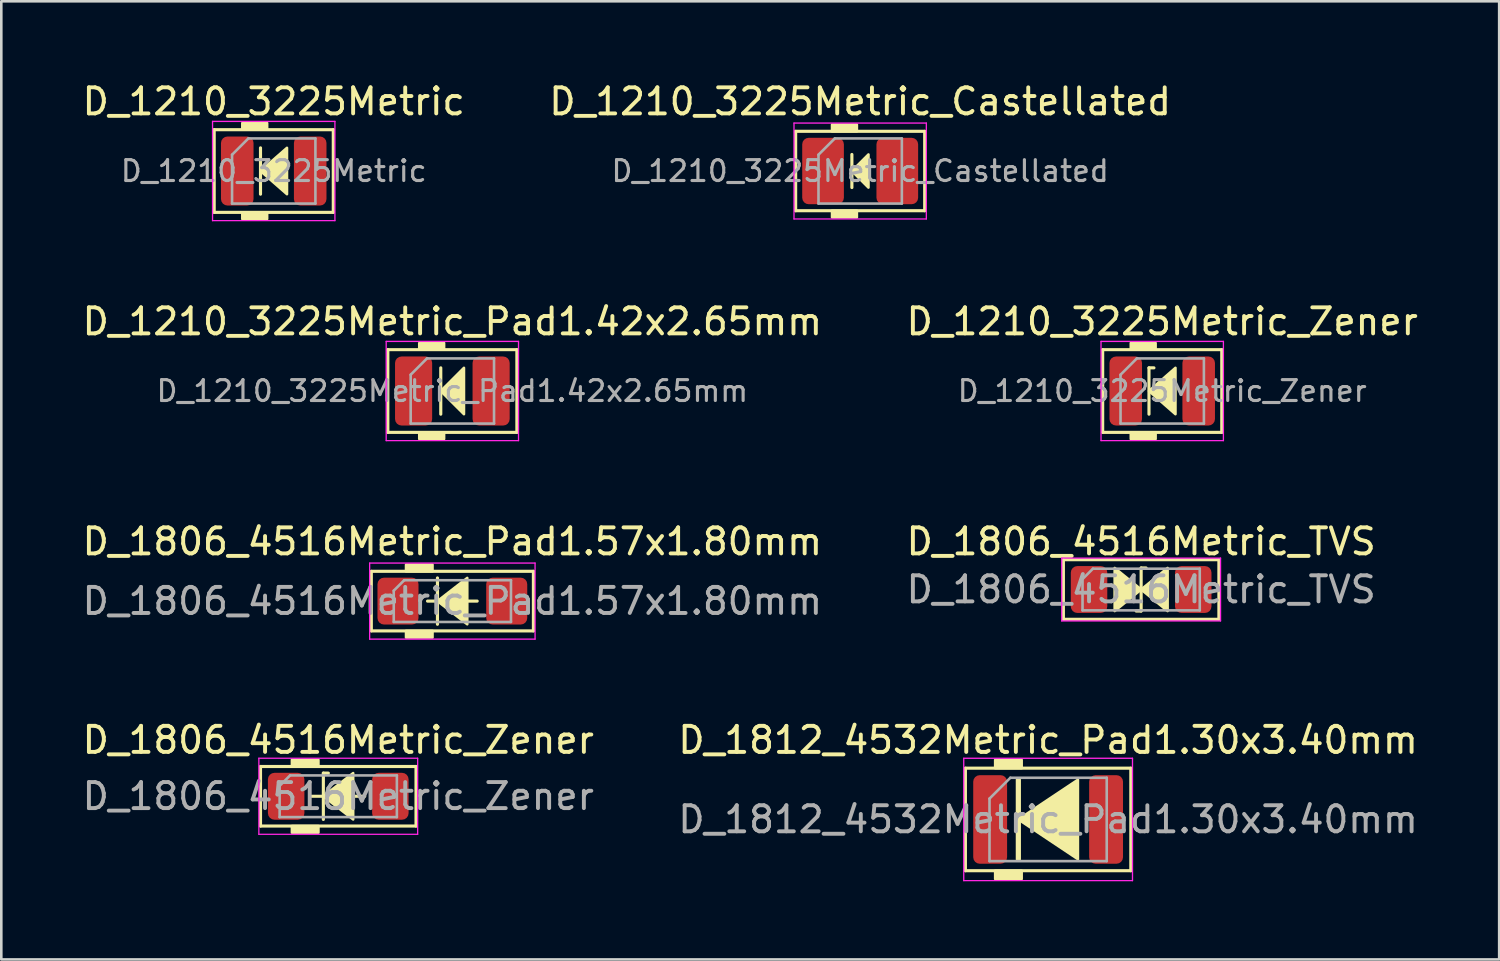
<source format=kicad_pcb>
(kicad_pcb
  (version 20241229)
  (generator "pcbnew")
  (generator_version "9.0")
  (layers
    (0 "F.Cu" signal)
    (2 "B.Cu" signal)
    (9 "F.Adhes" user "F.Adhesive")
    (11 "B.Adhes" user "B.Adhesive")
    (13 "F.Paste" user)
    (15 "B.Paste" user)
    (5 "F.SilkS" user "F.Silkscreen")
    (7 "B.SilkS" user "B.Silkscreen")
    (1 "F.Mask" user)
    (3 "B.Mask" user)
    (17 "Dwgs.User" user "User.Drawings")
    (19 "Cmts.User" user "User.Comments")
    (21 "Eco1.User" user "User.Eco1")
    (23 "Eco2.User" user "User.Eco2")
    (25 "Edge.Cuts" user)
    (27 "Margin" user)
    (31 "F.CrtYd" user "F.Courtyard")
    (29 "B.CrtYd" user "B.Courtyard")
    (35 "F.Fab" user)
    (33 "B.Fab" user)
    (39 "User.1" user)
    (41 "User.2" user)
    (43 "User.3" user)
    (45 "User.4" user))
  (footprint "D_1806_4516Metric_Pad1.57x1.80mm"
    (layer "F.Cu")
    (at 14.315 20.025)
    (property "Reference" "D_1806_4516Metric_Pad1.57x1.80mm" (at 0 -2.286 0) (layer "F.SilkS") (effects (font (size 1 1) (thickness 0.15))))
    (attr smd)
    (fp_line (start -3.111 -1.143) (end -3.111 1.143) (stroke (width 0.12) (type solid)) (layer "F.SilkS"))
    (fp_line (start -3.111 1.143) (end 3.111 1.143) (stroke (width 0.12) (type solid)) (layer "F.SilkS"))
    (fp_line (start -0.953 0) (end -0.572 0) (stroke (width 0.12) (type solid)) (layer "F.SilkS"))
    (fp_line (start -0.572 -0.889) (end -0.572 0.889) (stroke (width 0.12) (type solid)) (layer "F.SilkS"))
    (fp_line (start 0.572 0) (end 0.953 0) (stroke (width 0.12) (type solid)) (layer "F.SilkS"))
    (fp_line (start 3.111 -1.143) (end -3.111 -1.143) (stroke (width 0.12) (type solid)) (layer "F.SilkS"))
    (fp_line (start 3.111 1.143) (end 3.111 -1.143) (stroke (width 0.12) (type solid)) (layer "F.SilkS"))
    (fp_poly (pts (xy 0.572 0.889) (xy -0.572 0) (xy 0.572 -0.889)) (stroke (width 0.1) (type solid)) (fill yes) (layer "F.SilkS"))
    (fp_poly (pts (xy -0.762 -1.143) (xy -1.778 -1.143) (xy -1.778 -1.397) (xy -0.762 -1.397)) (stroke (width 0.1) (type solid)) (fill yes) (layer "F.SilkS"))
    (fp_poly (pts (xy -0.762 1.397) (xy -1.778 1.397) (xy -1.778 1.143) (xy -0.762 1.143)) (stroke (width 0.1) (type solid)) (fill yes) (layer "F.SilkS"))
    (fp_line (start -3.175 -1.46) (end 3.175 -1.46) (stroke (width 0.05) (type solid)) (layer "F.CrtYd"))
    (fp_line (start -3.175 1.46) (end -3.175 -1.46) (stroke (width 0.05) (type solid)) (layer "F.CrtYd"))
    (fp_line (start 3.175 -1.46) (end 3.175 1.46) (stroke (width 0.05) (type solid)) (layer "F.CrtYd"))
    (fp_line (start 3.175 1.46) (end -3.175 1.46) (stroke (width 0.05) (type solid)) (layer "F.CrtYd"))
    (fp_line (start -2.25 -0.4) (end -2.25 0.8) (stroke (width 0.1) (type solid)) (layer "F.Fab"))
    (fp_line (start -2.25 0.8) (end 2.25 0.8) (stroke (width 0.1) (type solid)) (layer "F.Fab"))
    (fp_line (start -1.85 -0.8) (end -2.25 -0.4) (stroke (width 0.1) (type solid)) (layer "F.Fab"))
    (fp_line (start 2.25 -0.8) (end -1.85 -0.8) (stroke (width 0.1) (type solid)) (layer "F.Fab"))
    (fp_line (start 2.25 0.8) (end 2.25 -0.8) (stroke (width 0.1) (type solid)) (layer "F.Fab"))
    (fp_text user "${REFERENCE}" (at 0 0 0) (layer "F.Fab") (effects (font (size 1 1) (thickness 0.15))))
    (pad "1" smd roundrect (at -2.087 0) (size 1.575 1.8) (layers "F.Cu" "F.Mask" "F.Paste") (roundrect_rratio 0.159))
    (pad "2" smd roundrect (at 2.087 0) (size 1.575 1.8) (layers "F.Cu" "F.Mask" "F.Paste") (roundrect_rratio 0.159)))
  (footprint "D_1210_3225Metric"
    (layer "F.Cu")
    (at 7.458 3.515)
    (property "Reference" "D_1210_3225Metric" (at 0 -2.667 0) (layer "F.SilkS") (effects (font (size 1 1) (thickness 0.15))))
    (attr smd)
    (fp_line (start -2.286 -1.587) (end 2.286 -1.587) (stroke (width 0.12) (type solid)) (layer "F.SilkS"))
    (fp_line (start -2.286 1.587) (end -2.286 -1.587) (stroke (width 0.12) (type solid)) (layer "F.SilkS"))
    (fp_line (start -0.508 -0.889) (end -0.508 0.889) (stroke (width 0.12) (type solid)) (layer "F.SilkS"))
    (fp_line (start 2.286 -1.587) (end 2.286 1.587) (stroke (width 0.12) (type solid)) (layer "F.SilkS"))
    (fp_line (start 2.286 1.587) (end -2.286 1.587) (stroke (width 0.12) (type solid)) (layer "F.SilkS"))
    (fp_poly (pts (xy 0.508 0.889) (xy -0.508 0) (xy 0.508 -0.889)) (stroke (width 0.1) (type solid)) (fill yes) (layer "F.SilkS"))
    (fp_poly (pts (xy -0.254 -1.587) (xy -1.206 -1.587) (xy -1.206 -1.841) (xy -0.254 -1.841)) (stroke (width 0.1) (type solid)) (fill yes) (layer "F.SilkS"))
    (fp_poly (pts (xy -0.254 1.841) (xy -1.206 1.841) (xy -1.206 1.587) (xy -0.254 1.587)) (stroke (width 0.1) (type solid)) (fill yes) (layer "F.SilkS"))
    (fp_line (start -2.349 -1.905) (end 2.349 -1.905) (stroke (width 0.05) (type solid)) (layer "F.CrtYd"))
    (fp_line (start -2.349 1.905) (end -2.349 -1.905) (stroke (width 0.05) (type solid)) (layer "F.CrtYd"))
    (fp_line (start 2.349 -1.905) (end 2.349 1.905) (stroke (width 0.05) (type solid)) (layer "F.CrtYd"))
    (fp_line (start 2.349 1.905) (end -2.349 1.905) (stroke (width 0.05) (type solid)) (layer "F.CrtYd"))
    (fp_line (start -1.6 -0.625) (end -1.6 1.25) (stroke (width 0.1) (type solid)) (layer "F.Fab"))
    (fp_line (start -1.6 1.25) (end 1.6 1.25) (stroke (width 0.1) (type solid)) (layer "F.Fab"))
    (fp_line (start -0.975 -1.25) (end -1.6 -0.625) (stroke (width 0.1) (type solid)) (layer "F.Fab"))
    (fp_line (start 1.6 -1.25) (end -0.975 -1.25) (stroke (width 0.1) (type solid)) (layer "F.Fab"))
    (fp_line (start 1.6 1.25) (end 1.6 -1.25) (stroke (width 0.1) (type solid)) (layer "F.Fab"))
    (fp_text user "${REFERENCE}" (at 0 0 0) (layer "F.Fab") (effects (font (size 0.8 0.8) (thickness 0.12))))
    (pad "1" smd roundrect (at -1.4 0) (size 1.25 2.65) (layers "F.Cu" "F.Mask" "F.Paste") (roundrect_rratio 0.2))
    (pad "2" smd roundrect (at 1.4 0) (size 1.25 2.65) (layers "F.Cu" "F.Mask" "F.Paste") (roundrect_rratio 0.2)))
  (footprint "D_1806_4516Metric_Zener"
    (layer "F.Cu")
    (at 9.935 27.517)
    (property "Reference" "D_1806_4516Metric_Zener" (at 0 -2.159 0) (layer "F.SilkS") (effects (font (size 1 1) (thickness 0.15))))
    (attr smd)
    (fp_line (start -2.985 -1.143) (end -2.985 1.143) (stroke (width 0.12) (type solid)) (layer "F.SilkS"))
    (fp_line (start -2.985 1.143) (end 2.985 1.143) (stroke (width 0.12) (type solid)) (layer "F.SilkS"))
    (fp_line (start -1.016 0) (end -0.572 0) (stroke (width 0.12) (type solid)) (layer "F.SilkS"))
    (fp_line (start -0.572 -0.889) (end -0.572 0.889) (stroke (width 0.12) (type solid)) (layer "F.SilkS"))
    (fp_line (start -0.572 -0.889) (end -0.381 -0.889) (stroke (width 0.12) (type solid)) (layer "F.SilkS"))
    (fp_line (start 0.572 0) (end 1.016 0) (stroke (width 0.12) (type solid)) (layer "F.SilkS"))
    (fp_line (start 2.985 -1.143) (end -2.985 -1.143) (stroke (width 0.12) (type solid)) (layer "F.SilkS"))
    (fp_line (start 2.985 1.143) (end 2.985 -1.143) (stroke (width 0.12) (type solid)) (layer "F.SilkS"))
    (fp_poly (pts (xy 0.572 0.889) (xy -0.572 0) (xy 0.572 -0.889)) (stroke (width 0.1) (type solid)) (fill yes) (layer "F.SilkS"))
    (fp_poly (pts (xy -0.762 -1.143) (xy -1.778 -1.143) (xy -1.778 -1.397) (xy -0.762 -1.397)) (stroke (width 0.1) (type solid)) (fill yes) (layer "F.SilkS"))
    (fp_poly (pts (xy -0.762 1.397) (xy -1.778 1.397) (xy -1.778 1.143) (xy -0.762 1.143)) (stroke (width 0.1) (type solid)) (fill yes) (layer "F.SilkS"))
    (fp_line (start -3.048 -1.46) (end 3.048 -1.46) (stroke (width 0.05) (type solid)) (layer "F.CrtYd"))
    (fp_line (start -3.048 1.46) (end -3.048 -1.46) (stroke (width 0.05) (type solid)) (layer "F.CrtYd"))
    (fp_line (start 3.048 -1.46) (end 3.048 1.46) (stroke (width 0.05) (type solid)) (layer "F.CrtYd"))
    (fp_line (start 3.048 1.46) (end -3.048 1.46) (stroke (width 0.05) (type solid)) (layer "F.CrtYd"))
    (fp_line (start -2.25 -0.4) (end -2.25 0.8) (stroke (width 0.1) (type solid)) (layer "F.Fab"))
    (fp_line (start -2.25 0.8) (end 2.25 0.8) (stroke (width 0.1) (type solid)) (layer "F.Fab"))
    (fp_line (start -1.85 -0.8) (end -2.25 -0.4) (stroke (width 0.1) (type solid)) (layer "F.Fab"))
    (fp_line (start 2.25 -0.8) (end -1.85 -0.8) (stroke (width 0.1) (type solid)) (layer "F.Fab"))
    (fp_line (start 2.25 0.8) (end 2.25 -0.8) (stroke (width 0.1) (type solid)) (layer "F.Fab"))
    (fp_text user "${REFERENCE}" (at 0 0 0) (layer "F.Fab") (effects (font (size 1 1) (thickness 0.15))))
    (pad "1" smd roundrect (at -2 0) (size 1.4 1.8) (layers "F.Cu" "F.Mask" "F.Paste") (roundrect_rratio 0.179))
    (pad "2" smd roundrect (at 2 0) (size 1.4 1.8) (layers "F.Cu" "F.Mask" "F.Paste") (roundrect_rratio 0.179)))
  (footprint "D_1806_4516Metric_TVS"
    (layer "F.Cu")
    (at 40.756 19.58)
    (property "Reference" "D_1806_4516Metric_TVS" (at 0 -1.841 0) (layer "F.SilkS") (effects (font (size 1 1) (thickness 0.15))))
    (attr smd)
    (fp_line (start -2.985 -1.143) (end -2.985 1.143) (stroke (width 0.12) (type solid)) (layer "F.SilkS"))
    (fp_line (start -2.985 1.143) (end 2.985 1.143) (stroke (width 0.12) (type solid)) (layer "F.SilkS"))
    (fp_line (start -0.191 0.826) (end 0 0.826) (stroke (width 0.12) (type solid)) (layer "F.SilkS"))
    (fp_line (start 0 -0.826) (end 0 0.826) (stroke (width 0.12) (type solid)) (layer "F.SilkS"))
    (fp_line (start 0 -0.826) (end 0.191 -0.826) (stroke (width 0.12) (type solid)) (layer "F.SilkS"))
    (fp_line (start 2.985 -1.143) (end -2.985 -1.143) (stroke (width 0.12) (type solid)) (layer "F.SilkS"))
    (fp_line (start 2.985 1.143) (end 2.985 -1.143) (stroke (width 0.12) (type solid)) (layer "F.SilkS"))
    (fp_poly (pts (xy -1.016 -0.826) (xy 0 0) (xy -1.016 0.826)) (stroke (width 0.1) (type solid)) (fill yes) (layer "F.SilkS"))
    (fp_poly (pts (xy 1.016 0.826) (xy 0 0) (xy 1.016 -0.826)) (stroke (width 0.1) (type solid)) (fill yes) (layer "F.SilkS"))
    (fp_line (start -3.048 -1.206) (end 3.048 -1.206) (stroke (width 0.05) (type solid)) (layer "F.CrtYd"))
    (fp_line (start -3.048 1.206) (end -3.048 -1.206) (stroke (width 0.05) (type solid)) (layer "F.CrtYd"))
    (fp_line (start 3.048 -1.206) (end 3.048 1.206) (stroke (width 0.05) (type solid)) (layer "F.CrtYd"))
    (fp_line (start 3.048 1.206) (end -3.048 1.206) (stroke (width 0.05) (type solid)) (layer "F.CrtYd"))
    (fp_line (start -2.25 -0.4) (end -2.25 0.8) (stroke (width 0.1) (type solid)) (layer "F.Fab"))
    (fp_line (start -2.25 0.8) (end 2.25 0.8) (stroke (width 0.1) (type solid)) (layer "F.Fab"))
    (fp_line (start -1.85 -0.8) (end -2.25 -0.4) (stroke (width 0.1) (type solid)) (layer "F.Fab"))
    (fp_line (start 2.25 -0.8) (end -1.85 -0.8) (stroke (width 0.1) (type solid)) (layer "F.Fab"))
    (fp_line (start 2.25 0.8) (end 2.25 -0.8) (stroke (width 0.1) (type solid)) (layer "F.Fab"))
    (fp_text user "${REFERENCE}" (at 0 0 0) (layer "F.Fab") (effects (font (size 1 1) (thickness 0.15))))
    (pad "1" smd roundrect (at -2 0) (size 1.4 1.8) (layers "F.Cu" "F.Mask" "F.Paste") (roundrect_rratio 0.179))
    (pad "2" smd roundrect (at 2 0) (size 1.4 1.8) (layers "F.Cu" "F.Mask" "F.Paste") (roundrect_rratio 0.179)))
  (footprint "D_1210_3225Metric_Zener"
    (layer "F.Cu")
    (at 41.565 11.96)
    (property "Reference" "D_1210_3225Metric_Zener" (at 0 -2.667 0) (layer "F.SilkS") (effects (font (size 1 1) (thickness 0.15))))
    (attr smd)
    (fp_line (start -2.286 -1.587) (end 2.286 -1.587) (stroke (width 0.12) (type solid)) (layer "F.SilkS"))
    (fp_line (start -2.286 1.587) (end -2.286 -1.587) (stroke (width 0.12) (type solid)) (layer "F.SilkS"))
    (fp_line (start -0.508 -0.889) (end -0.508 0.889) (stroke (width 0.12) (type solid)) (layer "F.SilkS"))
    (fp_line (start -0.508 -0.889) (end -0.318 -0.889) (stroke (width 0.12) (type solid)) (layer "F.SilkS"))
    (fp_line (start 2.286 -1.587) (end 2.286 1.587) (stroke (width 0.12) (type solid)) (layer "F.SilkS"))
    (fp_line (start 2.286 1.587) (end -2.286 1.587) (stroke (width 0.12) (type solid)) (layer "F.SilkS"))
    (fp_poly (pts (xy 0.508 0.889) (xy -0.508 0) (xy 0.508 -0.889)) (stroke (width 0.1) (type solid)) (fill yes) (layer "F.SilkS"))
    (fp_poly (pts (xy -0.254 -1.587) (xy -1.206 -1.587) (xy -1.206 -1.841) (xy -0.254 -1.841)) (stroke (width 0.1) (type solid)) (fill yes) (layer "F.SilkS"))
    (fp_poly (pts (xy -0.254 1.841) (xy -1.206 1.841) (xy -1.206 1.587) (xy -0.254 1.587)) (stroke (width 0.1) (type solid)) (fill yes) (layer "F.SilkS"))
    (fp_line (start -2.349 -1.905) (end 2.349 -1.905) (stroke (width 0.05) (type solid)) (layer "F.CrtYd"))
    (fp_line (start -2.349 1.905) (end -2.349 -1.905) (stroke (width 0.05) (type solid)) (layer "F.CrtYd"))
    (fp_line (start 2.349 -1.905) (end 2.349 1.905) (stroke (width 0.05) (type solid)) (layer "F.CrtYd"))
    (fp_line (start 2.349 1.905) (end -2.349 1.905) (stroke (width 0.05) (type solid)) (layer "F.CrtYd"))
    (fp_line (start -1.6 -0.625) (end -1.6 1.25) (stroke (width 0.1) (type solid)) (layer "F.Fab"))
    (fp_line (start -1.6 1.25) (end 1.6 1.25) (stroke (width 0.1) (type solid)) (layer "F.Fab"))
    (fp_line (start -0.975 -1.25) (end -1.6 -0.625) (stroke (width 0.1) (type solid)) (layer "F.Fab"))
    (fp_line (start 1.6 -1.25) (end -0.975 -1.25) (stroke (width 0.1) (type solid)) (layer "F.Fab"))
    (fp_line (start 1.6 1.25) (end 1.6 -1.25) (stroke (width 0.1) (type solid)) (layer "F.Fab"))
    (fp_text user "${REFERENCE}" (at 0 0 0) (layer "F.Fab") (effects (font (size 0.8 0.8) (thickness 0.12))))
    (pad "1" smd roundrect (at -1.4 0) (size 1.25 2.65) (layers "F.Cu" "F.Mask" "F.Paste") (roundrect_rratio 0.2))
    (pad "2" smd roundrect (at 1.4 0) (size 1.25 2.65) (layers "F.Cu" "F.Mask" "F.Paste") (roundrect_rratio 0.2)))
  (footprint "D_1210_3225Metric_Pad1.42x2.65mm"
    (layer "F.Cu")
    (at 14.315 11.96)
    (property "Reference" "D_1210_3225Metric_Pad1.42x2.65mm" (at 0 -2.667 0) (layer "F.SilkS") (effects (font (size 1 1) (thickness 0.15))))
    (attr smd)
    (fp_line (start -2.477 -1.587) (end -2.477 1.587) (stroke (width 0.12) (type solid)) (layer "F.SilkS"))
    (fp_line (start -2.477 1.587) (end 2.477 1.587) (stroke (width 0.12) (type solid)) (layer "F.SilkS"))
    (fp_line (start -0.445 -0.889) (end -0.445 0.889) (stroke (width 0.12) (type solid)) (layer "F.SilkS"))
    (fp_line (start 2.477 -1.587) (end -2.477 -1.587) (stroke (width 0.12) (type solid)) (layer "F.SilkS"))
    (fp_line (start 2.477 1.587) (end 2.477 -1.587) (stroke (width 0.12) (type solid)) (layer "F.SilkS"))
    (fp_poly (pts (xy 0.445 0.889) (xy -0.445 0) (xy 0.445 -0.889)) (stroke (width 0.1) (type solid)) (fill yes) (layer "F.SilkS"))
    (fp_poly (pts (xy -0.318 -1.587) (xy -1.27 -1.587) (xy -1.27 -1.841) (xy -0.318 -1.841)) (stroke (width 0.1) (type solid)) (fill yes) (layer "F.SilkS"))
    (fp_poly (pts (xy -0.318 1.841) (xy -1.27 1.841) (xy -1.27 1.587) (xy -0.318 1.587)) (stroke (width 0.1) (type solid)) (fill yes) (layer "F.SilkS"))
    (fp_line (start -2.54 -1.905) (end 2.54 -1.905) (stroke (width 0.05) (type solid)) (layer "F.CrtYd"))
    (fp_line (start -2.54 1.905) (end -2.54 -1.905) (stroke (width 0.05) (type solid)) (layer "F.CrtYd"))
    (fp_line (start 2.54 -1.905) (end 2.54 1.905) (stroke (width 0.05) (type solid)) (layer "F.CrtYd"))
    (fp_line (start 2.54 1.905) (end -2.54 1.905) (stroke (width 0.05) (type solid)) (layer "F.CrtYd"))
    (fp_line (start -1.6 -0.625) (end -1.6 1.25) (stroke (width 0.1) (type solid)) (layer "F.Fab"))
    (fp_line (start -1.6 1.25) (end 1.6 1.25) (stroke (width 0.1) (type solid)) (layer "F.Fab"))
    (fp_line (start -0.975 -1.25) (end -1.6 -0.625) (stroke (width 0.1) (type solid)) (layer "F.Fab"))
    (fp_line (start 1.6 -1.25) (end -0.975 -1.25) (stroke (width 0.1) (type solid)) (layer "F.Fab"))
    (fp_line (start 1.6 1.25) (end 1.6 -1.25) (stroke (width 0.1) (type solid)) (layer "F.Fab"))
    (fp_text user "${REFERENCE}" (at 0 0 0) (layer "F.Fab") (effects (font (size 0.8 0.8) (thickness 0.12))))
    (pad "1" smd roundrect (at -1.488 0) (size 1.425 2.65) (layers "F.Cu" "F.Mask" "F.Paste") (roundrect_rratio 0.175))
    (pad "2" smd roundrect (at 1.488 0) (size 1.425 2.65) (layers "F.Cu" "F.Mask" "F.Paste") (roundrect_rratio 0.175)))
  (footprint "D_1812_4532Metric_Pad1.30x3.40mm"
    (layer "F.Cu")
    (at 37.185 28.407)
    (property "Reference" "D_1812_4532Metric_Pad1.30x3.40mm" (at 0 -3.048 0) (layer "F.SilkS") (effects (font (size 1 1) (thickness 0.15))))
    (attr smd)
    (fp_line (start -3.175 -1.968) (end -3.175 1.968) (stroke (width 0.12) (type solid)) (layer "F.SilkS"))
    (fp_line (start -3.175 1.968) (end 3.175 1.968) (stroke (width 0.12) (type solid)) (layer "F.SilkS"))
    (fp_line (start -1.143 -1.524) (end -1.143 1.524) (stroke (width 0.2) (type solid)) (layer "F.SilkS"))
    (fp_line (start 3.175 -1.968) (end -3.175 -1.968) (stroke (width 0.12) (type solid)) (layer "F.SilkS"))
    (fp_line (start 3.175 1.968) (end 3.175 -1.968) (stroke (width 0.12) (type solid)) (layer "F.SilkS"))
    (fp_poly (pts (xy 1.143 1.524) (xy -1.143 0) (xy 1.143 -1.524)) (stroke (width 0.1) (type solid)) (fill yes) (layer "F.SilkS"))
    (fp_poly (pts (xy -1.016 -1.968) (xy -2.032 -1.968) (xy -2.032 -2.286) (xy -1.016 -2.286)) (stroke (width 0.1) (type solid)) (fill yes) (layer "F.SilkS"))
    (fp_poly (pts (xy -1.016 2.286) (xy -2.032 2.286) (xy -2.032 1.968) (xy -1.016 1.968)) (stroke (width 0.1) (type solid)) (fill yes) (layer "F.SilkS"))
    (fp_line (start -3.239 -2.349) (end 3.239 -2.349) (stroke (width 0.05) (type solid)) (layer "F.CrtYd"))
    (fp_line (start -3.239 2.349) (end -3.239 -2.349) (stroke (width 0.05) (type solid)) (layer "F.CrtYd"))
    (fp_line (start 3.239 -2.349) (end 3.239 2.349) (stroke (width 0.05) (type solid)) (layer "F.CrtYd"))
    (fp_line (start 3.239 2.349) (end -3.239 2.349) (stroke (width 0.05) (type solid)) (layer "F.CrtYd"))
    (fp_line (start -2.25 -0.8) (end -2.25 1.6) (stroke (width 0.1) (type solid)) (layer "F.Fab"))
    (fp_line (start -2.25 1.6) (end 2.25 1.6) (stroke (width 0.1) (type solid)) (layer "F.Fab"))
    (fp_line (start -1.45 -1.6) (end -2.25 -0.8) (stroke (width 0.1) (type solid)) (layer "F.Fab"))
    (fp_line (start 2.25 -1.6) (end -1.45 -1.6) (stroke (width 0.1) (type solid)) (layer "F.Fab"))
    (fp_line (start 2.25 1.6) (end 2.25 -1.6) (stroke (width 0.1) (type solid)) (layer "F.Fab"))
    (fp_text user "${REFERENCE}" (at 0 0 0) (layer "F.Fab") (effects (font (size 1 1) (thickness 0.15))))
    (pad "1" smd roundrect (at -2.225 0) (size 1.3 3.4) (layers "F.Cu" "F.Mask" "F.Paste") (roundrect_rratio 0.192))
    (pad "2" smd roundrect (at 2.225 0) (size 1.3 3.4) (layers "F.Cu" "F.Mask" "F.Paste") (roundrect_rratio 0.192)))
  (footprint "D_1210_3225Metric_Castellated"
    (layer "F.Cu")
    (at 29.97 3.515)
    (property "Reference" "D_1210_3225Metric_Castellated" (at 0 -2.667 0) (layer "F.SilkS") (effects (font (size 1 1) (thickness 0.15))))
    (attr smd)
    (fp_line (start -2.477 -1.524) (end -2.477 1.524) (stroke (width 0.12) (type solid)) (layer "F.SilkS"))
    (fp_line (start -2.477 1.524) (end 2.477 1.524) (stroke (width 0.12) (type solid)) (layer "F.SilkS"))
    (fp_line (start -0.318 -0.635) (end -0.318 0.635) (stroke (width 0.12) (type solid)) (layer "F.SilkS"))
    (fp_line (start 2.477 -1.524) (end -2.477 -1.524) (stroke (width 0.12) (type solid)) (layer "F.SilkS"))
    (fp_line (start 2.477 1.524) (end 2.477 -1.524) (stroke (width 0.12) (type solid)) (layer "F.SilkS"))
    (fp_poly (pts (xy 0.318 0.635) (xy -0.318 0) (xy 0.318 -0.635)) (stroke (width 0.1) (type solid)) (fill yes) (layer "F.SilkS"))
    (fp_poly (pts (xy -0.127 -1.524) (xy -1.079 -1.524) (xy -1.079 -1.778) (xy -0.127 -1.778)) (stroke (width 0.1) (type solid)) (fill yes) (layer "F.SilkS"))
    (fp_poly (pts (xy -0.127 1.778) (xy -1.079 1.778) (xy -1.079 1.524) (xy -0.127 1.524)) (stroke (width 0.1) (type solid)) (fill yes) (layer "F.SilkS"))
    (fp_line (start -2.54 -1.841) (end 2.54 -1.841) (stroke (width 0.05) (type solid)) (layer "F.CrtYd"))
    (fp_line (start -2.54 1.841) (end -2.54 -1.841) (stroke (width 0.05) (type solid)) (layer "F.CrtYd"))
    (fp_line (start 2.54 -1.841) (end 2.54 1.841) (stroke (width 0.05) (type solid)) (layer "F.CrtYd"))
    (fp_line (start 2.54 1.841) (end -2.54 1.841) (stroke (width 0.05) (type solid)) (layer "F.CrtYd"))
    (fp_line (start -1.6 -0.625) (end -1.6 1.25) (stroke (width 0.1) (type solid)) (layer "F.Fab"))
    (fp_line (start -1.6 1.25) (end 1.6 1.25) (stroke (width 0.1) (type solid)) (layer "F.Fab"))
    (fp_line (start -0.975 -1.25) (end -1.6 -0.625) (stroke (width 0.1) (type solid)) (layer "F.Fab"))
    (fp_line (start 1.6 -1.25) (end -0.975 -1.25) (stroke (width 0.1) (type solid)) (layer "F.Fab"))
    (fp_line (start 1.6 1.25) (end 1.6 -1.25) (stroke (width 0.1) (type solid)) (layer "F.Fab"))
    (fp_text user "${REFERENCE}" (at 0 0 0) (layer "F.Fab") (effects (font (size 0.8 0.8) (thickness 0.12))))
    (pad "1" smd roundrect (at -1.425 0) (size 1.6 2.55) (layers "F.Cu" "F.Mask" "F.Paste") (roundrect_rratio 0.156))
    (pad "2" smd roundrect (at 1.425 0) (size 1.6 2.55) (layers "F.Cu" "F.Mask" "F.Paste") (roundrect_rratio 0.156)))
  (gr_rect
    (start -3 -3)
    (end 54.5 33.781)
    (stroke (width 0.1) (type default))
    (fill no)
    (layer "Edge.Cuts")))
</source>
